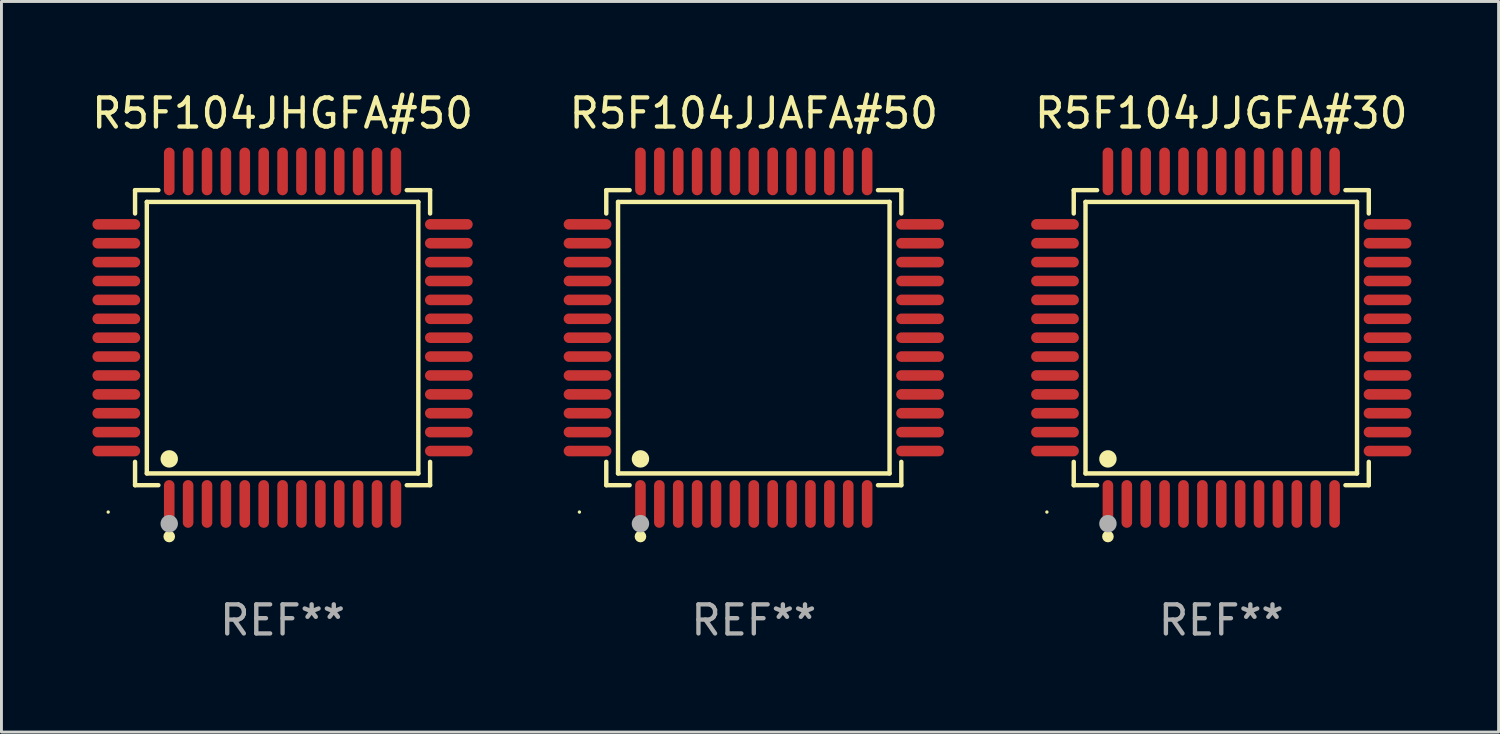
<source format=kicad_pcb>
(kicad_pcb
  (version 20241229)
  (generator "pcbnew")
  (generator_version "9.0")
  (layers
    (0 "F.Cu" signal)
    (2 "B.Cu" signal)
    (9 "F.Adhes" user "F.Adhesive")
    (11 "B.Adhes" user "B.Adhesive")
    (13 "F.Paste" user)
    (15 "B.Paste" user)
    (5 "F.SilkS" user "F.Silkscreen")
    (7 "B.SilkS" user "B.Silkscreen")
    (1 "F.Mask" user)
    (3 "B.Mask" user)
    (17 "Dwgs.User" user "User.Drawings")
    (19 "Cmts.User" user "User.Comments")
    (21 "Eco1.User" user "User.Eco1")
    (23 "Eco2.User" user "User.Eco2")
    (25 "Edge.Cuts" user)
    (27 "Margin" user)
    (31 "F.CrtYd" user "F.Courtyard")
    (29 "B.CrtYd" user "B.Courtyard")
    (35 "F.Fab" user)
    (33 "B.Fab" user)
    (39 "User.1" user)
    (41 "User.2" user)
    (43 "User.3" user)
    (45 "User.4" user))
  (footprint "R5F104JJAFA#50"
    (layer "F.Cu")
    (at 22.887 8.569)
    (property "Reference" "R5F104JJAFA#50" (at 0 -7.721 0) (layer "F.SilkS") (effects (font (size 1 1) (thickness 0.15))))
    (attr through_hole)
    (fp_line (start -5.076 -5.076) (end -4.273 -5.076) (stroke (width 0.152) (type solid)) (layer "F.SilkS"))
    (fp_line (start -5.076 -4.273) (end -5.076 -5.076) (stroke (width 0.152) (type solid)) (layer "F.SilkS"))
    (fp_line (start -5.076 4.273) (end -5.076 5.076) (stroke (width 0.152) (type solid)) (layer "F.SilkS"))
    (fp_line (start -5.076 5.076) (end -4.273 5.076) (stroke (width 0.152) (type solid)) (layer "F.SilkS"))
    (fp_line (start -4.671 -4.671) (end 4.671 -4.671) (stroke (width 0.152) (type solid)) (layer "F.SilkS"))
    (fp_line (start -4.671 4.671) (end -4.671 -4.671) (stroke (width 0.152) (type solid)) (layer "F.SilkS"))
    (fp_line (start 4.671 -4.671) (end 4.671 4.671) (stroke (width 0.152) (type solid)) (layer "F.SilkS"))
    (fp_line (start 4.671 4.671) (end -4.671 4.671) (stroke (width 0.152) (type solid)) (layer "F.SilkS"))
    (fp_line (start 5.076 -5.076) (end 4.273 -5.076) (stroke (width 0.152) (type solid)) (layer "F.SilkS"))
    (fp_line (start 5.076 -4.273) (end 5.076 -5.076) (stroke (width 0.152) (type solid)) (layer "F.SilkS"))
    (fp_line (start 5.076 4.273) (end 5.076 5.076) (stroke (width 0.152) (type solid)) (layer "F.SilkS"))
    (fp_line (start 5.076 5.076) (end 4.273 5.076) (stroke (width 0.152) (type solid)) (layer "F.SilkS"))
    (fp_circle (center -6 6) (end -5.97 6) (stroke (width 0.06) (type solid)) (fill no) (layer "F.SilkS"))
    (fp_circle (center -3.9 4.171) (end -3.75 4.171) (stroke (width 0.3) (type solid)) (fill no) (layer "F.SilkS"))
    (fp_circle (center -3.9 6.842) (end -3.8 6.842) (stroke (width 0.2) (type solid)) (fill no) (layer "F.SilkS"))
    (fp_circle (center -3.9 6.4) (end -3.75 6.4) (stroke (width 0.3) (type solid)) (fill no) (layer "F.Fab"))
    (fp_text user "REF**" (at 0 9.721 0) (layer "F.Fab") (effects (font (size 1 1) (thickness 0.15))))
    (pad "1" smd oval (at -3.9 5.721) (size 0.364 1.642) (layers "F.Cu" "F.Mask" "F.Paste"))
    (pad "2" smd oval (at -3.25 5.721) (size 0.364 1.642) (layers "F.Cu" "F.Mask" "F.Paste"))
    (pad "3" smd oval (at -2.6 5.721) (size 0.364 1.642) (layers "F.Cu" "F.Mask" "F.Paste"))
    (pad "4" smd oval (at -1.95 5.721) (size 0.364 1.642) (layers "F.Cu" "F.Mask" "F.Paste"))
    (pad "5" smd oval (at -1.3 5.721) (size 0.364 1.642) (layers "F.Cu" "F.Mask" "F.Paste"))
    (pad "6" smd oval (at -0.65 5.721) (size 0.364 1.642) (layers "F.Cu" "F.Mask" "F.Paste"))
    (pad "7" smd oval (at 0 5.721) (size 0.364 1.642) (layers "F.Cu" "F.Mask" "F.Paste"))
    (pad "8" smd oval (at 0.65 5.721) (size 0.364 1.642) (layers "F.Cu" "F.Mask" "F.Paste"))
    (pad "9" smd oval (at 1.3 5.721) (size 0.364 1.642) (layers "F.Cu" "F.Mask" "F.Paste"))
    (pad "10" smd oval (at 1.95 5.721) (size 0.364 1.642) (layers "F.Cu" "F.Mask" "F.Paste"))
    (pad "11" smd oval (at 2.6 5.721) (size 0.364 1.642) (layers "F.Cu" "F.Mask" "F.Paste"))
    (pad "12" smd oval (at 3.25 5.721) (size 0.364 1.642) (layers "F.Cu" "F.Mask" "F.Paste"))
    (pad "13" smd oval (at 3.9 5.721) (size 0.364 1.642) (layers "F.Cu" "F.Mask" "F.Paste"))
    (pad "14" smd oval (at 5.721 3.9) (size 1.642 0.364) (layers "F.Cu" "F.Mask" "F.Paste"))
    (pad "15" smd oval (at 5.721 3.25) (size 1.642 0.364) (layers "F.Cu" "F.Mask" "F.Paste"))
    (pad "16" smd oval (at 5.721 2.6) (size 1.642 0.364) (layers "F.Cu" "F.Mask" "F.Paste"))
    (pad "17" smd oval (at 5.721 1.95) (size 1.642 0.364) (layers "F.Cu" "F.Mask" "F.Paste"))
    (pad "18" smd oval (at 5.721 1.3) (size 1.642 0.364) (layers "F.Cu" "F.Mask" "F.Paste"))
    (pad "19" smd oval (at 5.721 0.65) (size 1.642 0.364) (layers "F.Cu" "F.Mask" "F.Paste"))
    (pad "20" smd oval (at 5.721 0) (size 1.642 0.364) (layers "F.Cu" "F.Mask" "F.Paste"))
    (pad "21" smd oval (at 5.721 -0.65) (size 1.642 0.364) (layers "F.Cu" "F.Mask" "F.Paste"))
    (pad "22" smd oval (at 5.721 -1.3) (size 1.642 0.364) (layers "F.Cu" "F.Mask" "F.Paste"))
    (pad "23" smd oval (at 5.721 -1.95) (size 1.642 0.364) (layers "F.Cu" "F.Mask" "F.Paste"))
    (pad "24" smd oval (at 5.721 -2.6) (size 1.642 0.364) (layers "F.Cu" "F.Mask" "F.Paste"))
    (pad "25" smd oval (at 5.721 -3.25) (size 1.642 0.364) (layers "F.Cu" "F.Mask" "F.Paste"))
    (pad "26" smd oval (at 5.721 -3.9) (size 1.642 0.364) (layers "F.Cu" "F.Mask" "F.Paste"))
    (pad "27" smd oval (at 3.9 -5.721) (size 0.364 1.642) (layers "F.Cu" "F.Mask" "F.Paste"))
    (pad "28" smd oval (at 3.25 -5.721) (size 0.364 1.642) (layers "F.Cu" "F.Mask" "F.Paste"))
    (pad "29" smd oval (at 2.6 -5.721) (size 0.364 1.642) (layers "F.Cu" "F.Mask" "F.Paste"))
    (pad "30" smd oval (at 1.95 -5.721) (size 0.364 1.642) (layers "F.Cu" "F.Mask" "F.Paste"))
    (pad "31" smd oval (at 1.3 -5.721) (size 0.364 1.642) (layers "F.Cu" "F.Mask" "F.Paste"))
    (pad "32" smd oval (at 0.65 -5.721) (size 0.364 1.642) (layers "F.Cu" "F.Mask" "F.Paste"))
    (pad "33" smd oval (at 0 -5.721) (size 0.364 1.642) (layers "F.Cu" "F.Mask" "F.Paste"))
    (pad "34" smd oval (at -0.65 -5.721) (size 0.364 1.642) (layers "F.Cu" "F.Mask" "F.Paste"))
    (pad "35" smd oval (at -1.3 -5.721) (size 0.364 1.642) (layers "F.Cu" "F.Mask" "F.Paste"))
    (pad "36" smd oval (at -1.95 -5.721) (size 0.364 1.642) (layers "F.Cu" "F.Mask" "F.Paste"))
    (pad "37" smd oval (at -2.6 -5.721) (size 0.364 1.642) (layers "F.Cu" "F.Mask" "F.Paste"))
    (pad "38" smd oval (at -3.25 -5.721) (size 0.364 1.642) (layers "F.Cu" "F.Mask" "F.Paste"))
    (pad "39" smd oval (at -3.9 -5.721) (size 0.364 1.642) (layers "F.Cu" "F.Mask" "F.Paste"))
    (pad "40" smd oval (at -5.721 -3.9) (size 1.642 0.364) (layers "F.Cu" "F.Mask" "F.Paste"))
    (pad "41" smd oval (at -5.721 -3.25) (size 1.642 0.364) (layers "F.Cu" "F.Mask" "F.Paste"))
    (pad "42" smd oval (at -5.721 -2.6) (size 1.642 0.364) (layers "F.Cu" "F.Mask" "F.Paste"))
    (pad "43" smd oval (at -5.721 -1.95) (size 1.642 0.364) (layers "F.Cu" "F.Mask" "F.Paste"))
    (pad "44" smd oval (at -5.721 -1.3) (size 1.642 0.364) (layers "F.Cu" "F.Mask" "F.Paste"))
    (pad "45" smd oval (at -5.721 -0.65) (size 1.642 0.364) (layers "F.Cu" "F.Mask" "F.Paste"))
    (pad "46" smd oval (at -5.721 0) (size 1.642 0.364) (layers "F.Cu" "F.Mask" "F.Paste"))
    (pad "47" smd oval (at -5.721 0.65) (size 1.642 0.364) (layers "F.Cu" "F.Mask" "F.Paste"))
    (pad "48" smd oval (at -5.721 1.3) (size 1.642 0.364) (layers "F.Cu" "F.Mask" "F.Paste"))
    (pad "49" smd oval (at -5.721 1.95) (size 1.642 0.364) (layers "F.Cu" "F.Mask" "F.Paste"))
    (pad "50" smd oval (at -5.721 2.6) (size 1.642 0.364) (layers "F.Cu" "F.Mask" "F.Paste"))
    (pad "51" smd oval (at -5.721 3.25) (size 1.642 0.364) (layers "F.Cu" "F.Mask" "F.Paste"))
    (pad "52" smd oval (at -5.721 3.9) (size 1.642 0.364) (layers "F.Cu" "F.Mask" "F.Paste")))
  (footprint "R5F104JJGFA#30"
    (layer "F.Cu")
    (at 38.972 8.569)
    (property "Reference" "R5F104JJGFA#30" (at 0 -7.721 0) (layer "F.SilkS") (effects (font (size 1 1) (thickness 0.15))))
    (attr through_hole)
    (fp_line (start -5.076 -5.076) (end -4.273 -5.076) (stroke (width 0.152) (type solid)) (layer "F.SilkS"))
    (fp_line (start -5.076 -4.273) (end -5.076 -5.076) (stroke (width 0.152) (type solid)) (layer "F.SilkS"))
    (fp_line (start -5.076 4.273) (end -5.076 5.076) (stroke (width 0.152) (type solid)) (layer "F.SilkS"))
    (fp_line (start -5.076 5.076) (end -4.273 5.076) (stroke (width 0.152) (type solid)) (layer "F.SilkS"))
    (fp_line (start -4.671 -4.671) (end 4.671 -4.671) (stroke (width 0.152) (type solid)) (layer "F.SilkS"))
    (fp_line (start -4.671 4.671) (end -4.671 -4.671) (stroke (width 0.152) (type solid)) (layer "F.SilkS"))
    (fp_line (start 4.671 -4.671) (end 4.671 4.671) (stroke (width 0.152) (type solid)) (layer "F.SilkS"))
    (fp_line (start 4.671 4.671) (end -4.671 4.671) (stroke (width 0.152) (type solid)) (layer "F.SilkS"))
    (fp_line (start 5.076 -5.076) (end 4.273 -5.076) (stroke (width 0.152) (type solid)) (layer "F.SilkS"))
    (fp_line (start 5.076 -4.273) (end 5.076 -5.076) (stroke (width 0.152) (type solid)) (layer "F.SilkS"))
    (fp_line (start 5.076 4.273) (end 5.076 5.076) (stroke (width 0.152) (type solid)) (layer "F.SilkS"))
    (fp_line (start 5.076 5.076) (end 4.273 5.076) (stroke (width 0.152) (type solid)) (layer "F.SilkS"))
    (fp_circle (center -6 6) (end -5.97 6) (stroke (width 0.06) (type solid)) (fill no) (layer "F.SilkS"))
    (fp_circle (center -3.9 4.171) (end -3.75 4.171) (stroke (width 0.3) (type solid)) (fill no) (layer "F.SilkS"))
    (fp_circle (center -3.9 6.842) (end -3.8 6.842) (stroke (width 0.2) (type solid)) (fill no) (layer "F.SilkS"))
    (fp_circle (center -3.9 6.4) (end -3.75 6.4) (stroke (width 0.3) (type solid)) (fill no) (layer "F.Fab"))
    (fp_text user "REF**" (at 0 9.721 0) (layer "F.Fab") (effects (font (size 1 1) (thickness 0.15))))
    (pad "1" smd oval (at -3.9 5.721) (size 0.364 1.642) (layers "F.Cu" "F.Mask" "F.Paste"))
    (pad "2" smd oval (at -3.25 5.721) (size 0.364 1.642) (layers "F.Cu" "F.Mask" "F.Paste"))
    (pad "3" smd oval (at -2.6 5.721) (size 0.364 1.642) (layers "F.Cu" "F.Mask" "F.Paste"))
    (pad "4" smd oval (at -1.95 5.721) (size 0.364 1.642) (layers "F.Cu" "F.Mask" "F.Paste"))
    (pad "5" smd oval (at -1.3 5.721) (size 0.364 1.642) (layers "F.Cu" "F.Mask" "F.Paste"))
    (pad "6" smd oval (at -0.65 5.721) (size 0.364 1.642) (layers "F.Cu" "F.Mask" "F.Paste"))
    (pad "7" smd oval (at 0 5.721) (size 0.364 1.642) (layers "F.Cu" "F.Mask" "F.Paste"))
    (pad "8" smd oval (at 0.65 5.721) (size 0.364 1.642) (layers "F.Cu" "F.Mask" "F.Paste"))
    (pad "9" smd oval (at 1.3 5.721) (size 0.364 1.642) (layers "F.Cu" "F.Mask" "F.Paste"))
    (pad "10" smd oval (at 1.95 5.721) (size 0.364 1.642) (layers "F.Cu" "F.Mask" "F.Paste"))
    (pad "11" smd oval (at 2.6 5.721) (size 0.364 1.642) (layers "F.Cu" "F.Mask" "F.Paste"))
    (pad "12" smd oval (at 3.25 5.721) (size 0.364 1.642) (layers "F.Cu" "F.Mask" "F.Paste"))
    (pad "13" smd oval (at 3.9 5.721) (size 0.364 1.642) (layers "F.Cu" "F.Mask" "F.Paste"))
    (pad "14" smd oval (at 5.721 3.9) (size 1.642 0.364) (layers "F.Cu" "F.Mask" "F.Paste"))
    (pad "15" smd oval (at 5.721 3.25) (size 1.642 0.364) (layers "F.Cu" "F.Mask" "F.Paste"))
    (pad "16" smd oval (at 5.721 2.6) (size 1.642 0.364) (layers "F.Cu" "F.Mask" "F.Paste"))
    (pad "17" smd oval (at 5.721 1.95) (size 1.642 0.364) (layers "F.Cu" "F.Mask" "F.Paste"))
    (pad "18" smd oval (at 5.721 1.3) (size 1.642 0.364) (layers "F.Cu" "F.Mask" "F.Paste"))
    (pad "19" smd oval (at 5.721 0.65) (size 1.642 0.364) (layers "F.Cu" "F.Mask" "F.Paste"))
    (pad "20" smd oval (at 5.721 0) (size 1.642 0.364) (layers "F.Cu" "F.Mask" "F.Paste"))
    (pad "21" smd oval (at 5.721 -0.65) (size 1.642 0.364) (layers "F.Cu" "F.Mask" "F.Paste"))
    (pad "22" smd oval (at 5.721 -1.3) (size 1.642 0.364) (layers "F.Cu" "F.Mask" "F.Paste"))
    (pad "23" smd oval (at 5.721 -1.95) (size 1.642 0.364) (layers "F.Cu" "F.Mask" "F.Paste"))
    (pad "24" smd oval (at 5.721 -2.6) (size 1.642 0.364) (layers "F.Cu" "F.Mask" "F.Paste"))
    (pad "25" smd oval (at 5.721 -3.25) (size 1.642 0.364) (layers "F.Cu" "F.Mask" "F.Paste"))
    (pad "26" smd oval (at 5.721 -3.9) (size 1.642 0.364) (layers "F.Cu" "F.Mask" "F.Paste"))
    (pad "27" smd oval (at 3.9 -5.721) (size 0.364 1.642) (layers "F.Cu" "F.Mask" "F.Paste"))
    (pad "28" smd oval (at 3.25 -5.721) (size 0.364 1.642) (layers "F.Cu" "F.Mask" "F.Paste"))
    (pad "29" smd oval (at 2.6 -5.721) (size 0.364 1.642) (layers "F.Cu" "F.Mask" "F.Paste"))
    (pad "30" smd oval (at 1.95 -5.721) (size 0.364 1.642) (layers "F.Cu" "F.Mask" "F.Paste"))
    (pad "31" smd oval (at 1.3 -5.721) (size 0.364 1.642) (layers "F.Cu" "F.Mask" "F.Paste"))
    (pad "32" smd oval (at 0.65 -5.721) (size 0.364 1.642) (layers "F.Cu" "F.Mask" "F.Paste"))
    (pad "33" smd oval (at 0 -5.721) (size 0.364 1.642) (layers "F.Cu" "F.Mask" "F.Paste"))
    (pad "34" smd oval (at -0.65 -5.721) (size 0.364 1.642) (layers "F.Cu" "F.Mask" "F.Paste"))
    (pad "35" smd oval (at -1.3 -5.721) (size 0.364 1.642) (layers "F.Cu" "F.Mask" "F.Paste"))
    (pad "36" smd oval (at -1.95 -5.721) (size 0.364 1.642) (layers "F.Cu" "F.Mask" "F.Paste"))
    (pad "37" smd oval (at -2.6 -5.721) (size 0.364 1.642) (layers "F.Cu" "F.Mask" "F.Paste"))
    (pad "38" smd oval (at -3.25 -5.721) (size 0.364 1.642) (layers "F.Cu" "F.Mask" "F.Paste"))
    (pad "39" smd oval (at -3.9 -5.721) (size 0.364 1.642) (layers "F.Cu" "F.Mask" "F.Paste"))
    (pad "40" smd oval (at -5.721 -3.9) (size 1.642 0.364) (layers "F.Cu" "F.Mask" "F.Paste"))
    (pad "41" smd oval (at -5.721 -3.25) (size 1.642 0.364) (layers "F.Cu" "F.Mask" "F.Paste"))
    (pad "42" smd oval (at -5.721 -2.6) (size 1.642 0.364) (layers "F.Cu" "F.Mask" "F.Paste"))
    (pad "43" smd oval (at -5.721 -1.95) (size 1.642 0.364) (layers "F.Cu" "F.Mask" "F.Paste"))
    (pad "44" smd oval (at -5.721 -1.3) (size 1.642 0.364) (layers "F.Cu" "F.Mask" "F.Paste"))
    (pad "45" smd oval (at -5.721 -0.65) (size 1.642 0.364) (layers "F.Cu" "F.Mask" "F.Paste"))
    (pad "46" smd oval (at -5.721 0) (size 1.642 0.364) (layers "F.Cu" "F.Mask" "F.Paste"))
    (pad "47" smd oval (at -5.721 0.65) (size 1.642 0.364) (layers "F.Cu" "F.Mask" "F.Paste"))
    (pad "48" smd oval (at -5.721 1.3) (size 1.642 0.364) (layers "F.Cu" "F.Mask" "F.Paste"))
    (pad "49" smd oval (at -5.721 1.95) (size 1.642 0.364) (layers "F.Cu" "F.Mask" "F.Paste"))
    (pad "50" smd oval (at -5.721 2.6) (size 1.642 0.364) (layers "F.Cu" "F.Mask" "F.Paste"))
    (pad "51" smd oval (at -5.721 3.25) (size 1.642 0.364) (layers "F.Cu" "F.Mask" "F.Paste"))
    (pad "52" smd oval (at -5.721 3.9) (size 1.642 0.364) (layers "F.Cu" "F.Mask" "F.Paste")))
  (footprint "R5F104JHGFA#50"
    (layer "F.Cu")
    (at 6.673 8.569)
    (property "Reference" "R5F104JHGFA#50" (at 0 -7.721 0) (layer "F.SilkS") (effects (font (size 1 1) (thickness 0.15))))
    (attr through_hole)
    (fp_line (start -5.076 -5.076) (end -4.273 -5.076) (stroke (width 0.152) (type solid)) (layer "F.SilkS"))
    (fp_line (start -5.076 -4.273) (end -5.076 -5.076) (stroke (width 0.152) (type solid)) (layer "F.SilkS"))
    (fp_line (start -5.076 4.273) (end -5.076 5.076) (stroke (width 0.152) (type solid)) (layer "F.SilkS"))
    (fp_line (start -5.076 5.076) (end -4.273 5.076) (stroke (width 0.152) (type solid)) (layer "F.SilkS"))
    (fp_line (start -4.671 -4.671) (end 4.671 -4.671) (stroke (width 0.152) (type solid)) (layer "F.SilkS"))
    (fp_line (start -4.671 4.671) (end -4.671 -4.671) (stroke (width 0.152) (type solid)) (layer "F.SilkS"))
    (fp_line (start 4.671 -4.671) (end 4.671 4.671) (stroke (width 0.152) (type solid)) (layer "F.SilkS"))
    (fp_line (start 4.671 4.671) (end -4.671 4.671) (stroke (width 0.152) (type solid)) (layer "F.SilkS"))
    (fp_line (start 5.076 -5.076) (end 4.273 -5.076) (stroke (width 0.152) (type solid)) (layer "F.SilkS"))
    (fp_line (start 5.076 -4.273) (end 5.076 -5.076) (stroke (width 0.152) (type solid)) (layer "F.SilkS"))
    (fp_line (start 5.076 4.273) (end 5.076 5.076) (stroke (width 0.152) (type solid)) (layer "F.SilkS"))
    (fp_line (start 5.076 5.076) (end 4.273 5.076) (stroke (width 0.152) (type solid)) (layer "F.SilkS"))
    (fp_circle (center -6 6) (end -5.97 6) (stroke (width 0.06) (type solid)) (fill no) (layer "F.SilkS"))
    (fp_circle (center -3.9 4.171) (end -3.75 4.171) (stroke (width 0.3) (type solid)) (fill no) (layer "F.SilkS"))
    (fp_circle (center -3.9 6.842) (end -3.8 6.842) (stroke (width 0.2) (type solid)) (fill no) (layer "F.SilkS"))
    (fp_circle (center -3.9 6.4) (end -3.75 6.4) (stroke (width 0.3) (type solid)) (fill no) (layer "F.Fab"))
    (fp_text user "REF**" (at 0 9.721 0) (layer "F.Fab") (effects (font (size 1 1) (thickness 0.15))))
    (pad "1" smd oval (at -3.9 5.721) (size 0.364 1.642) (layers "F.Cu" "F.Mask" "F.Paste"))
    (pad "2" smd oval (at -3.25 5.721) (size 0.364 1.642) (layers "F.Cu" "F.Mask" "F.Paste"))
    (pad "3" smd oval (at -2.6 5.721) (size 0.364 1.642) (layers "F.Cu" "F.Mask" "F.Paste"))
    (pad "4" smd oval (at -1.95 5.721) (size 0.364 1.642) (layers "F.Cu" "F.Mask" "F.Paste"))
    (pad "5" smd oval (at -1.3 5.721) (size 0.364 1.642) (layers "F.Cu" "F.Mask" "F.Paste"))
    (pad "6" smd oval (at -0.65 5.721) (size 0.364 1.642) (layers "F.Cu" "F.Mask" "F.Paste"))
    (pad "7" smd oval (at 0 5.721) (size 0.364 1.642) (layers "F.Cu" "F.Mask" "F.Paste"))
    (pad "8" smd oval (at 0.65 5.721) (size 0.364 1.642) (layers "F.Cu" "F.Mask" "F.Paste"))
    (pad "9" smd oval (at 1.3 5.721) (size 0.364 1.642) (layers "F.Cu" "F.Mask" "F.Paste"))
    (pad "10" smd oval (at 1.95 5.721) (size 0.364 1.642) (layers "F.Cu" "F.Mask" "F.Paste"))
    (pad "11" smd oval (at 2.6 5.721) (size 0.364 1.642) (layers "F.Cu" "F.Mask" "F.Paste"))
    (pad "12" smd oval (at 3.25 5.721) (size 0.364 1.642) (layers "F.Cu" "F.Mask" "F.Paste"))
    (pad "13" smd oval (at 3.9 5.721) (size 0.364 1.642) (layers "F.Cu" "F.Mask" "F.Paste"))
    (pad "14" smd oval (at 5.721 3.9) (size 1.642 0.364) (layers "F.Cu" "F.Mask" "F.Paste"))
    (pad "15" smd oval (at 5.721 3.25) (size 1.642 0.364) (layers "F.Cu" "F.Mask" "F.Paste"))
    (pad "16" smd oval (at 5.721 2.6) (size 1.642 0.364) (layers "F.Cu" "F.Mask" "F.Paste"))
    (pad "17" smd oval (at 5.721 1.95) (size 1.642 0.364) (layers "F.Cu" "F.Mask" "F.Paste"))
    (pad "18" smd oval (at 5.721 1.3) (size 1.642 0.364) (layers "F.Cu" "F.Mask" "F.Paste"))
    (pad "19" smd oval (at 5.721 0.65) (size 1.642 0.364) (layers "F.Cu" "F.Mask" "F.Paste"))
    (pad "20" smd oval (at 5.721 0) (size 1.642 0.364) (layers "F.Cu" "F.Mask" "F.Paste"))
    (pad "21" smd oval (at 5.721 -0.65) (size 1.642 0.364) (layers "F.Cu" "F.Mask" "F.Paste"))
    (pad "22" smd oval (at 5.721 -1.3) (size 1.642 0.364) (layers "F.Cu" "F.Mask" "F.Paste"))
    (pad "23" smd oval (at 5.721 -1.95) (size 1.642 0.364) (layers "F.Cu" "F.Mask" "F.Paste"))
    (pad "24" smd oval (at 5.721 -2.6) (size 1.642 0.364) (layers "F.Cu" "F.Mask" "F.Paste"))
    (pad "25" smd oval (at 5.721 -3.25) (size 1.642 0.364) (layers "F.Cu" "F.Mask" "F.Paste"))
    (pad "26" smd oval (at 5.721 -3.9) (size 1.642 0.364) (layers "F.Cu" "F.Mask" "F.Paste"))
    (pad "27" smd oval (at 3.9 -5.721) (size 0.364 1.642) (layers "F.Cu" "F.Mask" "F.Paste"))
    (pad "28" smd oval (at 3.25 -5.721) (size 0.364 1.642) (layers "F.Cu" "F.Mask" "F.Paste"))
    (pad "29" smd oval (at 2.6 -5.721) (size 0.364 1.642) (layers "F.Cu" "F.Mask" "F.Paste"))
    (pad "30" smd oval (at 1.95 -5.721) (size 0.364 1.642) (layers "F.Cu" "F.Mask" "F.Paste"))
    (pad "31" smd oval (at 1.3 -5.721) (size 0.364 1.642) (layers "F.Cu" "F.Mask" "F.Paste"))
    (pad "32" smd oval (at 0.65 -5.721) (size 0.364 1.642) (layers "F.Cu" "F.Mask" "F.Paste"))
    (pad "33" smd oval (at 0 -5.721) (size 0.364 1.642) (layers "F.Cu" "F.Mask" "F.Paste"))
    (pad "34" smd oval (at -0.65 -5.721) (size 0.364 1.642) (layers "F.Cu" "F.Mask" "F.Paste"))
    (pad "35" smd oval (at -1.3 -5.721) (size 0.364 1.642) (layers "F.Cu" "F.Mask" "F.Paste"))
    (pad "36" smd oval (at -1.95 -5.721) (size 0.364 1.642) (layers "F.Cu" "F.Mask" "F.Paste"))
    (pad "37" smd oval (at -2.6 -5.721) (size 0.364 1.642) (layers "F.Cu" "F.Mask" "F.Paste"))
    (pad "38" smd oval (at -3.25 -5.721) (size 0.364 1.642) (layers "F.Cu" "F.Mask" "F.Paste"))
    (pad "39" smd oval (at -3.9 -5.721) (size 0.364 1.642) (layers "F.Cu" "F.Mask" "F.Paste"))
    (pad "40" smd oval (at -5.721 -3.9) (size 1.642 0.364) (layers "F.Cu" "F.Mask" "F.Paste"))
    (pad "41" smd oval (at -5.721 -3.25) (size 1.642 0.364) (layers "F.Cu" "F.Mask" "F.Paste"))
    (pad "42" smd oval (at -5.721 -2.6) (size 1.642 0.364) (layers "F.Cu" "F.Mask" "F.Paste"))
    (pad "43" smd oval (at -5.721 -1.95) (size 1.642 0.364) (layers "F.Cu" "F.Mask" "F.Paste"))
    (pad "44" smd oval (at -5.721 -1.3) (size 1.642 0.364) (layers "F.Cu" "F.Mask" "F.Paste"))
    (pad "45" smd oval (at -5.721 -0.65) (size 1.642 0.364) (layers "F.Cu" "F.Mask" "F.Paste"))
    (pad "46" smd oval (at -5.721 0) (size 1.642 0.364) (layers "F.Cu" "F.Mask" "F.Paste"))
    (pad "47" smd oval (at -5.721 0.65) (size 1.642 0.364) (layers "F.Cu" "F.Mask" "F.Paste"))
    (pad "48" smd oval (at -5.721 1.3) (size 1.642 0.364) (layers "F.Cu" "F.Mask" "F.Paste"))
    (pad "49" smd oval (at -5.721 1.95) (size 1.642 0.364) (layers "F.Cu" "F.Mask" "F.Paste"))
    (pad "50" smd oval (at -5.721 2.6) (size 1.642 0.364) (layers "F.Cu" "F.Mask" "F.Paste"))
    (pad "51" smd oval (at -5.721 3.25) (size 1.642 0.364) (layers "F.Cu" "F.Mask" "F.Paste"))
    (pad "52" smd oval (at -5.721 3.9) (size 1.642 0.364) (layers "F.Cu" "F.Mask" "F.Paste")))
  (gr_rect
    (start -3 -3)
    (end 48.514 22.139)
    (stroke (width 0.1) (type default))
    (fill no)
    (layer "Edge.Cuts")))
</source>
